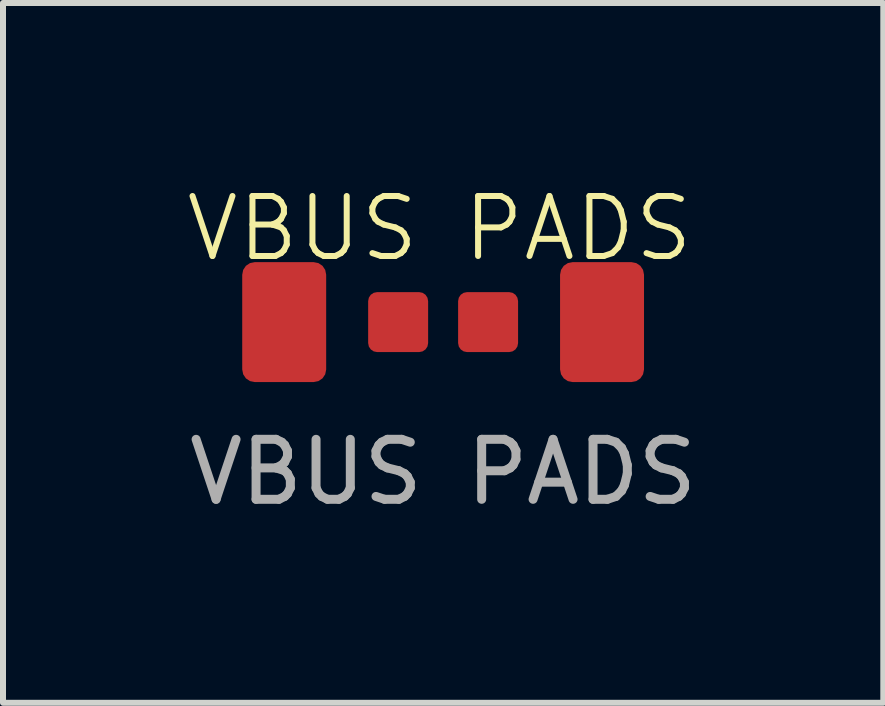
<source format=kicad_pcb>
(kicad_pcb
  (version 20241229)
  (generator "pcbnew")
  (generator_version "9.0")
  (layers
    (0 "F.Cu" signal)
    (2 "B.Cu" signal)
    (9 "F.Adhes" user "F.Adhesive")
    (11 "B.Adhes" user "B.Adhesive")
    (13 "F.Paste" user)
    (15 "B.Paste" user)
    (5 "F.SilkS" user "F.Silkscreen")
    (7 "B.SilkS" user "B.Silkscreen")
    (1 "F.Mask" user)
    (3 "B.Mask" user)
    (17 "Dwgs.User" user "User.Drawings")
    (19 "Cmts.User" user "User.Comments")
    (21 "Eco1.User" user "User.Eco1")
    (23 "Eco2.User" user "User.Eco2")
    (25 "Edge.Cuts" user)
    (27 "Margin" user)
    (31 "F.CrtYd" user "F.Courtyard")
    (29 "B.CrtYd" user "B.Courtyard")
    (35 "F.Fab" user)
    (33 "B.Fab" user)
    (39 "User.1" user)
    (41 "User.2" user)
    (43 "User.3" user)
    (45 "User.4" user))
  (footprint "VBUS PADS"
    (layer "F.Cu")
    (at 4.339 2.321)
    (property "Reference" "VBUS PADS" (at -0.06 -1.56 0) (unlocked yes) (layer "F.SilkS") (effects (font (size 1 1) (thickness 0.1))))
    (attr smd)
    (fp_text user "${REFERENCE}" (at 0 2.5 0) (unlocked yes) (layer "F.Fab") (effects (font (size 1 1) (thickness 0.15))))
    (pad "1" smd roundrect (at 2.65 0) (size 1.4 2) (layers "F.Cu" "F.Mask") (roundrect_rratio 0.15))
    (pad "2" smd roundrect (at 0.75 0) (size 1 1) (layers "F.Cu" "F.Mask") (roundrect_rratio 0.15))
    (pad "3" smd roundrect (at -0.75 0) (size 1 1) (layers "F.Cu" "F.Mask") (roundrect_rratio 0.15))
    (pad "4" smd roundrect (at -2.65 0) (size 1.4 2) (layers "F.Cu" "F.Mask") (roundrect_rratio 0.15)))
  (gr_rect
    (start -3 -3)
    (end 11.679 8.669)
    (stroke (width 0.1) (type default))
    (fill no)
    (layer "Edge.Cuts")))
</source>
